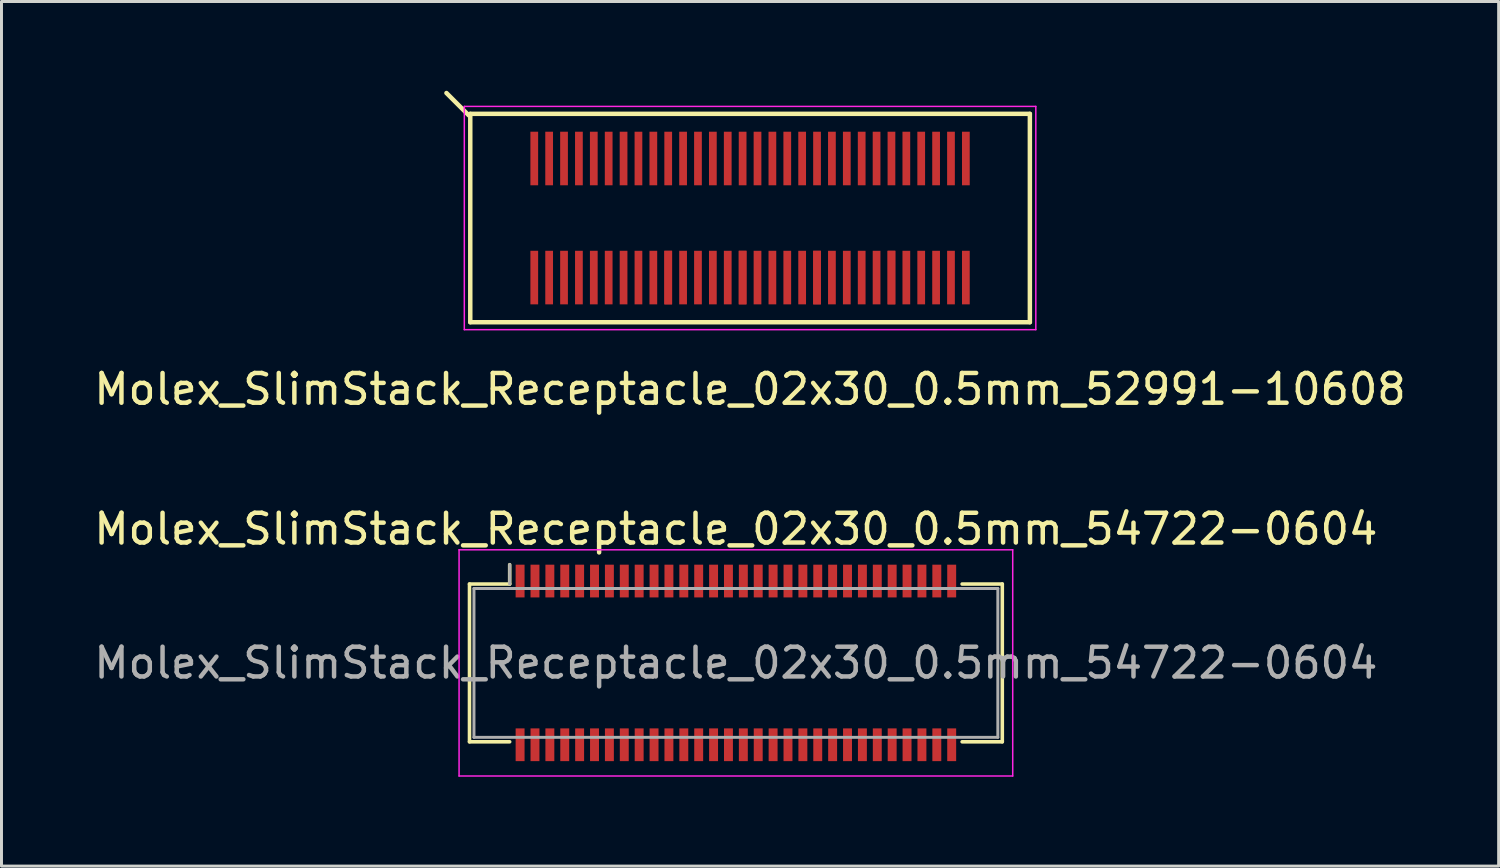
<source format=kicad_pcb>
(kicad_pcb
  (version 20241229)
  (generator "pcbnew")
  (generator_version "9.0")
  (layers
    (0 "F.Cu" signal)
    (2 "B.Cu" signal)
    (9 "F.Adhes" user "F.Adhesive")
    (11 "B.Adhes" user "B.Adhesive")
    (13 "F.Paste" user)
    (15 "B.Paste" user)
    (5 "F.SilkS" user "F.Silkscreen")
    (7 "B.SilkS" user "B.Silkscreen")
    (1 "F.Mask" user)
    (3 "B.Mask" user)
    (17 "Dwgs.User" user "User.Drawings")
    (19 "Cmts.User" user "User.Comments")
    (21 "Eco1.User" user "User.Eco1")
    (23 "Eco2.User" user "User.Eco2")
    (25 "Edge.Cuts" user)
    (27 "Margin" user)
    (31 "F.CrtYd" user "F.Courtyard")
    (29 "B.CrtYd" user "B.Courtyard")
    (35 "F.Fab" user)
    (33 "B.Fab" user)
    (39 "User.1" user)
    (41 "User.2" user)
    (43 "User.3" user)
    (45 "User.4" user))
  (footprint "Molex_SlimStack_Receptacle_02x30_0.5mm_54722-0604"
    (layer "F.Cu")
    (at 21.673 19.221)
    (property "Reference" "Molex_SlimStack_Receptacle_02x30_0.5mm_54722-0604" (at 0 -4.5 0) (layer "F.SilkS") (effects (font (size 1 1) (thickness 0.15))))
    (attr smd)
    (fp_line (start -8.95 -2.65) (end -7.6 -2.65) (stroke (width 0.12) (type solid)) (layer "F.SilkS"))
    (fp_line (start -8.95 2.65) (end -8.95 -2.65) (stroke (width 0.12) (type solid)) (layer "F.SilkS"))
    (fp_line (start -7.6 -2.65) (end -7.6 -3.3) (stroke (width 0.12) (type solid)) (layer "F.SilkS"))
    (fp_line (start -7.6 2.65) (end -8.95 2.65) (stroke (width 0.12) (type solid)) (layer "F.SilkS"))
    (fp_line (start 7.6 2.65) (end 8.95 2.65) (stroke (width 0.12) (type solid)) (layer "F.SilkS"))
    (fp_line (start 8.95 -2.65) (end 7.6 -2.65) (stroke (width 0.12) (type solid)) (layer "F.SilkS"))
    (fp_line (start 8.95 2.65) (end 8.95 -2.65) (stroke (width 0.12) (type solid)) (layer "F.SilkS"))
    (fp_line (start -9.3 -3.8) (end -9.3 3.8) (stroke (width 0.05) (type solid)) (layer "F.CrtYd"))
    (fp_line (start -9.3 3.8) (end 9.3 3.8) (stroke (width 0.05) (type solid)) (layer "F.CrtYd"))
    (fp_line (start 9.3 -3.8) (end -9.3 -3.8) (stroke (width 0.05) (type solid)) (layer "F.CrtYd"))
    (fp_line (start 9.3 3.8) (end 9.3 -3.8) (stroke (width 0.05) (type solid)) (layer "F.CrtYd"))
    (fp_line (start -8.8 -2.5) (end -8.8 2.5) (stroke (width 0.1) (type solid)) (layer "F.Fab"))
    (fp_line (start -8.8 2.5) (end 8.8 2.5) (stroke (width 0.1) (type solid)) (layer "F.Fab"))
    (fp_line (start -7.6 -2.65) (end -7.6 -3.3) (stroke (width 0.1) (type solid)) (layer "F.Fab"))
    (fp_line (start 8.8 -2.5) (end -8.8 -2.5) (stroke (width 0.1) (type solid)) (layer "F.Fab"))
    (fp_line (start 8.8 2.5) (end 8.8 -2.5) (stroke (width 0.1) (type solid)) (layer "F.Fab"))
    (fp_text user "${REFERENCE}" (at 0 0 0) (layer "F.Fab") (effects (font (size 1 1) (thickness 0.15))))
    (pad "1" smd rect (at -7.25 -2.75) (size 0.3 1.1) (layers "F.Cu" "F.Mask" "F.Paste"))
    (pad "2" smd rect (at -7.25 2.75) (size 0.3 1.1) (layers "F.Cu" "F.Mask" "F.Paste"))
    (pad "3" smd rect (at -6.75 -2.75) (size 0.3 1.1) (layers "F.Cu" "F.Mask" "F.Paste"))
    (pad "4" smd rect (at -6.75 2.75) (size 0.3 1.1) (layers "F.Cu" "F.Mask" "F.Paste"))
    (pad "5" smd rect (at -6.25 -2.75) (size 0.3 1.1) (layers "F.Cu" "F.Mask" "F.Paste"))
    (pad "6" smd rect (at -6.25 2.75) (size 0.3 1.1) (layers "F.Cu" "F.Mask" "F.Paste"))
    (pad "7" smd rect (at -5.75 -2.75) (size 0.3 1.1) (layers "F.Cu" "F.Mask" "F.Paste"))
    (pad "8" smd rect (at -5.75 2.75) (size 0.3 1.1) (layers "F.Cu" "F.Mask" "F.Paste"))
    (pad "9" smd rect (at -5.25 -2.75) (size 0.3 1.1) (layers "F.Cu" "F.Mask" "F.Paste"))
    (pad "10" smd rect (at -5.25 2.75) (size 0.3 1.1) (layers "F.Cu" "F.Mask" "F.Paste"))
    (pad "11" smd rect (at -4.75 -2.75) (size 0.3 1.1) (layers "F.Cu" "F.Mask" "F.Paste"))
    (pad "12" smd rect (at -4.75 2.75) (size 0.3 1.1) (layers "F.Cu" "F.Mask" "F.Paste"))
    (pad "13" smd rect (at -4.25 -2.75) (size 0.3 1.1) (layers "F.Cu" "F.Mask" "F.Paste"))
    (pad "14" smd rect (at -4.25 2.75) (size 0.3 1.1) (layers "F.Cu" "F.Mask" "F.Paste"))
    (pad "15" smd rect (at -3.75 -2.75) (size 0.3 1.1) (layers "F.Cu" "F.Mask" "F.Paste"))
    (pad "16" smd rect (at -3.75 2.75) (size 0.3 1.1) (layers "F.Cu" "F.Mask" "F.Paste"))
    (pad "17" smd rect (at -3.25 -2.75) (size 0.3 1.1) (layers "F.Cu" "F.Mask" "F.Paste"))
    (pad "18" smd rect (at -3.25 2.75) (size 0.3 1.1) (layers "F.Cu" "F.Mask" "F.Paste"))
    (pad "19" smd rect (at -2.75 -2.75) (size 0.3 1.1) (layers "F.Cu" "F.Mask" "F.Paste"))
    (pad "20" smd rect (at -2.75 2.75) (size 0.3 1.1) (layers "F.Cu" "F.Mask" "F.Paste"))
    (pad "21" smd rect (at -2.25 -2.75) (size 0.3 1.1) (layers "F.Cu" "F.Mask" "F.Paste"))
    (pad "22" smd rect (at -2.25 2.75) (size 0.3 1.1) (layers "F.Cu" "F.Mask" "F.Paste"))
    (pad "23" smd rect (at -1.75 -2.75) (size 0.3 1.1) (layers "F.Cu" "F.Mask" "F.Paste"))
    (pad "24" smd rect (at -1.75 2.75) (size 0.3 1.1) (layers "F.Cu" "F.Mask" "F.Paste"))
    (pad "25" smd rect (at -1.25 -2.75) (size 0.3 1.1) (layers "F.Cu" "F.Mask" "F.Paste"))
    (pad "26" smd rect (at -1.25 2.75) (size 0.3 1.1) (layers "F.Cu" "F.Mask" "F.Paste"))
    (pad "27" smd rect (at -0.75 -2.75) (size 0.3 1.1) (layers "F.Cu" "F.Mask" "F.Paste"))
    (pad "28" smd rect (at -0.75 2.75) (size 0.3 1.1) (layers "F.Cu" "F.Mask" "F.Paste"))
    (pad "29" smd rect (at -0.25 -2.75) (size 0.3 1.1) (layers "F.Cu" "F.Mask" "F.Paste"))
    (pad "30" smd rect (at -0.25 2.75) (size 0.3 1.1) (layers "F.Cu" "F.Mask" "F.Paste"))
    (pad "31" smd rect (at 0.25 -2.75) (size 0.3 1.1) (layers "F.Cu" "F.Mask" "F.Paste"))
    (pad "32" smd rect (at 0.25 2.75) (size 0.3 1.1) (layers "F.Cu" "F.Mask" "F.Paste"))
    (pad "33" smd rect (at 0.75 -2.75) (size 0.3 1.1) (layers "F.Cu" "F.Mask" "F.Paste"))
    (pad "34" smd rect (at 0.75 2.75) (size 0.3 1.1) (layers "F.Cu" "F.Mask" "F.Paste"))
    (pad "35" smd rect (at 1.25 -2.75) (size 0.3 1.1) (layers "F.Cu" "F.Mask" "F.Paste"))
    (pad "36" smd rect (at 1.25 2.75) (size 0.3 1.1) (layers "F.Cu" "F.Mask" "F.Paste"))
    (pad "37" smd rect (at 1.75 -2.75) (size 0.3 1.1) (layers "F.Cu" "F.Mask" "F.Paste"))
    (pad "38" smd rect (at 1.75 2.75) (size 0.3 1.1) (layers "F.Cu" "F.Mask" "F.Paste"))
    (pad "39" smd rect (at 2.25 -2.75) (size 0.3 1.1) (layers "F.Cu" "F.Mask" "F.Paste"))
    (pad "40" smd rect (at 2.25 2.75) (size 0.3 1.1) (layers "F.Cu" "F.Mask" "F.Paste"))
    (pad "41" smd rect (at 2.75 -2.75) (size 0.3 1.1) (layers "F.Cu" "F.Mask" "F.Paste"))
    (pad "42" smd rect (at 2.75 2.75) (size 0.3 1.1) (layers "F.Cu" "F.Mask" "F.Paste"))
    (pad "43" smd rect (at 3.25 -2.75) (size 0.3 1.1) (layers "F.Cu" "F.Mask" "F.Paste"))
    (pad "44" smd rect (at 3.25 2.75) (size 0.3 1.1) (layers "F.Cu" "F.Mask" "F.Paste"))
    (pad "45" smd rect (at 3.75 -2.75) (size 0.3 1.1) (layers "F.Cu" "F.Mask" "F.Paste"))
    (pad "46" smd rect (at 3.75 2.75) (size 0.3 1.1) (layers "F.Cu" "F.Mask" "F.Paste"))
    (pad "47" smd rect (at 4.25 -2.75) (size 0.3 1.1) (layers "F.Cu" "F.Mask" "F.Paste"))
    (pad "48" smd rect (at 4.25 2.75) (size 0.3 1.1) (layers "F.Cu" "F.Mask" "F.Paste"))
    (pad "49" smd rect (at 4.75 -2.75) (size 0.3 1.1) (layers "F.Cu" "F.Mask" "F.Paste"))
    (pad "50" smd rect (at 4.75 2.75) (size 0.3 1.1) (layers "F.Cu" "F.Mask" "F.Paste"))
    (pad "51" smd rect (at 5.25 -2.75) (size 0.3 1.1) (layers "F.Cu" "F.Mask" "F.Paste"))
    (pad "52" smd rect (at 5.25 2.75) (size 0.3 1.1) (layers "F.Cu" "F.Mask" "F.Paste"))
    (pad "53" smd rect (at 5.75 -2.75) (size 0.3 1.1) (layers "F.Cu" "F.Mask" "F.Paste"))
    (pad "54" smd rect (at 5.75 2.75) (size 0.3 1.1) (layers "F.Cu" "F.Mask" "F.Paste"))
    (pad "55" smd rect (at 6.25 -2.75) (size 0.3 1.1) (layers "F.Cu" "F.Mask" "F.Paste"))
    (pad "56" smd rect (at 6.25 2.75) (size 0.3 1.1) (layers "F.Cu" "F.Mask" "F.Paste"))
    (pad "57" smd rect (at 6.75 -2.75) (size 0.3 1.1) (layers "F.Cu" "F.Mask" "F.Paste"))
    (pad "58" smd rect (at 6.75 2.75) (size 0.3 1.1) (layers "F.Cu" "F.Mask" "F.Paste"))
    (pad "59" smd rect (at 7.25 -2.75) (size 0.3 1.1) (layers "F.Cu" "F.Mask" "F.Paste"))
    (pad "60" smd rect (at 7.25 2.75) (size 0.3 1.1) (layers "F.Cu" "F.Mask" "F.Paste")))
  (footprint "Molex_SlimStack_Receptacle_02x30_0.5mm_52991-10608"
    (layer "F.Cu")
    (at 22.149 4.275)
    (property "Reference" "Molex_SlimStack_Receptacle_02x30_0.5mm_52991-10608" (at 0 5.75 0) (layer "F.SilkS") (effects (font (size 1 1) (thickness 0.15))))
    (attr smd)
    (fp_line (start -9.45 -3.45) (end -10.2 -4.2) (stroke (width 0.15) (type solid)) (layer "F.SilkS"))
    (fp_line (start -9.4 -3.5) (end -9.4 3.5) (stroke (width 0.15) (type solid)) (layer "F.SilkS"))
    (fp_line (start -9.4 3.5) (end 9.4 3.5) (stroke (width 0.15) (type solid)) (layer "F.SilkS"))
    (fp_line (start 9.4 -3.5) (end -9.4 -3.5) (stroke (width 0.15) (type solid)) (layer "F.SilkS"))
    (fp_line (start 9.4 3.5) (end 9.4 -3.5) (stroke (width 0.15) (type solid)) (layer "F.SilkS"))
    (fp_line (start -9.6 -3.75) (end -9.6 3.75) (stroke (width 0.05) (type solid)) (layer "F.CrtYd"))
    (fp_line (start -9.6 3.75) (end 9.6 3.75) (stroke (width 0.05) (type solid)) (layer "F.CrtYd"))
    (fp_line (start 9.6 -3.75) (end -9.6 -3.75) (stroke (width 0.05) (type solid)) (layer "F.CrtYd"))
    (fp_line (start 9.6 3.75) (end 9.6 -3.75) (stroke (width 0.05) (type solid)) (layer "F.CrtYd"))
    (pad "1" smd rect (at -7.25 -2) (size 0.26 1.8) (layers "F.Cu" "F.Mask" "F.Paste"))
    (pad "2" smd rect (at -7.25 2) (size 0.26 1.8) (layers "F.Cu" "F.Mask" "F.Paste"))
    (pad "3" smd rect (at -6.75 -2) (size 0.26 1.8) (layers "F.Cu" "F.Mask" "F.Paste"))
    (pad "4" smd rect (at -6.75 2) (size 0.26 1.8) (layers "F.Cu" "F.Mask" "F.Paste"))
    (pad "5" smd rect (at -6.25 -2) (size 0.26 1.8) (layers "F.Cu" "F.Mask" "F.Paste"))
    (pad "6" smd rect (at -6.25 2) (size 0.26 1.8) (layers "F.Cu" "F.Mask" "F.Paste"))
    (pad "7" smd rect (at -5.75 -2) (size 0.26 1.8) (layers "F.Cu" "F.Mask" "F.Paste"))
    (pad "8" smd rect (at -5.75 2) (size 0.26 1.8) (layers "F.Cu" "F.Mask" "F.Paste"))
    (pad "9" smd rect (at -5.25 -2) (size 0.26 1.8) (layers "F.Cu" "F.Mask" "F.Paste"))
    (pad "10" smd rect (at -5.25 2) (size 0.26 1.8) (layers "F.Cu" "F.Mask" "F.Paste"))
    (pad "11" smd rect (at -4.75 -2) (size 0.26 1.8) (layers "F.Cu" "F.Mask" "F.Paste"))
    (pad "12" smd rect (at -4.75 2) (size 0.26 1.8) (layers "F.Cu" "F.Mask" "F.Paste"))
    (pad "13" smd rect (at -4.25 -2) (size 0.26 1.8) (layers "F.Cu" "F.Mask" "F.Paste"))
    (pad "14" smd rect (at -4.25 2) (size 0.26 1.8) (layers "F.Cu" "F.Mask" "F.Paste"))
    (pad "15" smd rect (at -3.75 -2) (size 0.26 1.8) (layers "F.Cu" "F.Mask" "F.Paste"))
    (pad "16" smd rect (at -3.75 2) (size 0.26 1.8) (layers "F.Cu" "F.Mask" "F.Paste"))
    (pad "17" smd rect (at -3.25 -2) (size 0.26 1.8) (layers "F.Cu" "F.Mask" "F.Paste"))
    (pad "18" smd rect (at -3.25 2) (size 0.26 1.8) (layers "F.Cu" "F.Mask" "F.Paste"))
    (pad "19" smd rect (at -2.75 -2) (size 0.26 1.8) (layers "F.Cu" "F.Mask" "F.Paste"))
    (pad "20" smd rect (at -2.75 2) (size 0.26 1.8) (layers "F.Cu" "F.Mask" "F.Paste"))
    (pad "20" smd rect (at -2.75 2) (size 0.26 1.8) (layers "F.Cu" "F.Mask" "F.Paste"))
    (pad "21" smd rect (at -2.25 -2) (size 0.26 1.8) (layers "F.Cu" "F.Mask" "F.Paste"))
    (pad "22" smd rect (at -2.25 2) (size 0.26 1.8) (layers "F.Cu" "F.Mask" "F.Paste"))
    (pad "23" smd rect (at -1.75 -2) (size 0.26 1.8) (layers "F.Cu" "F.Mask" "F.Paste"))
    (pad "24" smd rect (at -1.75 2) (size 0.26 1.8) (layers "F.Cu" "F.Mask" "F.Paste"))
    (pad "25" smd rect (at -1.25 -2) (size 0.26 1.8) (layers "F.Cu" "F.Mask" "F.Paste"))
    (pad "26" smd rect (at -1.25 2) (size 0.26 1.8) (layers "F.Cu" "F.Mask" "F.Paste"))
    (pad "27" smd rect (at -0.75 -2) (size 0.26 1.8) (layers "F.Cu" "F.Mask" "F.Paste"))
    (pad "28" smd rect (at -0.75 2) (size 0.26 1.8) (layers "F.Cu" "F.Mask" "F.Paste"))
    (pad "29" smd rect (at -0.25 -2) (size 0.26 1.8) (layers "F.Cu" "F.Mask" "F.Paste"))
    (pad "30" smd rect (at -0.25 2) (size 0.26 1.8) (layers "F.Cu" "F.Mask" "F.Paste"))
    (pad "30" smd rect (at -0.25 2) (size 0.26 1.8) (layers "F.Cu" "F.Mask" "F.Paste"))
    (pad "31" smd rect (at 0.25 -2) (size 0.26 1.8) (layers "F.Cu" "F.Mask" "F.Paste"))
    (pad "32" smd rect (at 0.25 2) (size 0.26 1.8) (layers "F.Cu" "F.Mask" "F.Paste"))
    (pad "33" smd rect (at 0.75 -2) (size 0.26 1.8) (layers "F.Cu" "F.Mask" "F.Paste"))
    (pad "34" smd rect (at 0.75 2) (size 0.26 1.8) (layers "F.Cu" "F.Mask" "F.Paste"))
    (pad "35" smd rect (at 1.25 -2) (size 0.26 1.8) (layers "F.Cu" "F.Mask" "F.Paste"))
    (pad "36" smd rect (at 1.25 2) (size 0.26 1.8) (layers "F.Cu" "F.Mask" "F.Paste"))
    (pad "37" smd rect (at 1.75 -2) (size 0.26 1.8) (layers "F.Cu" "F.Mask" "F.Paste"))
    (pad "38" smd rect (at 1.75 2) (size 0.26 1.8) (layers "F.Cu" "F.Mask" "F.Paste"))
    (pad "39" smd rect (at 2.25 -2) (size 0.26 1.8) (layers "F.Cu" "F.Mask" "F.Paste"))
    (pad "40" smd rect (at 2.25 2) (size 0.26 1.8) (layers "F.Cu" "F.Mask" "F.Paste"))
    (pad "40" smd rect (at 2.25 2) (size 0.26 1.8) (layers "F.Cu" "F.Mask" "F.Paste"))
    (pad "41" smd rect (at 2.75 -2) (size 0.26 1.8) (layers "F.Cu" "F.Mask" "F.Paste"))
    (pad "42" smd rect (at 2.75 2) (size 0.26 1.8) (layers "F.Cu" "F.Mask" "F.Paste"))
    (pad "43" smd rect (at 3.25 -2) (size 0.26 1.8) (layers "F.Cu" "F.Mask" "F.Paste"))
    (pad "44" smd rect (at 3.25 2) (size 0.26 1.8) (layers "F.Cu" "F.Mask" "F.Paste"))
    (pad "45" smd rect (at 3.75 -2) (size 0.26 1.8) (layers "F.Cu" "F.Mask" "F.Paste"))
    (pad "46" smd rect (at 3.75 2) (size 0.26 1.8) (layers "F.Cu" "F.Mask" "F.Paste"))
    (pad "47" smd rect (at 4.25 -2) (size 0.26 1.8) (layers "F.Cu" "F.Mask" "F.Paste"))
    (pad "48" smd rect (at 4.25 2) (size 0.26 1.8) (layers "F.Cu" "F.Mask" "F.Paste"))
    (pad "49" smd rect (at 4.75 -2) (size 0.26 1.8) (layers "F.Cu" "F.Mask" "F.Paste"))
    (pad "50" smd rect (at 4.75 2) (size 0.26 1.8) (layers "F.Cu" "F.Mask" "F.Paste"))
    (pad "50" smd rect (at 4.75 2) (size 0.26 1.8) (layers "F.Cu" "F.Mask" "F.Paste"))
    (pad "51" smd rect (at 5.25 -2) (size 0.26 1.8) (layers "F.Cu" "F.Mask" "F.Paste"))
    (pad "52" smd rect (at 5.25 2) (size 0.26 1.8) (layers "F.Cu" "F.Mask" "F.Paste"))
    (pad "53" smd rect (at 5.75 -2) (size 0.26 1.8) (layers "F.Cu" "F.Mask" "F.Paste"))
    (pad "54" smd rect (at 5.75 2) (size 0.26 1.8) (layers "F.Cu" "F.Mask" "F.Paste"))
    (pad "55" smd rect (at 6.25 -2) (size 0.26 1.8) (layers "F.Cu" "F.Mask" "F.Paste"))
    (pad "56" smd rect (at 6.25 2) (size 0.26 1.8) (layers "F.Cu" "F.Mask" "F.Paste"))
    (pad "57" smd rect (at 6.75 -2) (size 0.26 1.8) (layers "F.Cu" "F.Mask" "F.Paste"))
    (pad "58" smd rect (at 6.75 2) (size 0.26 1.8) (layers "F.Cu" "F.Mask" "F.Paste"))
    (pad "59" smd rect (at 7.25 -2) (size 0.26 1.8) (layers "F.Cu" "F.Mask" "F.Paste"))
    (pad "60" smd rect (at 7.25 2) (size 0.26 1.8) (layers "F.Cu" "F.Mask" "F.Paste")))
  (gr_rect
    (start -3 -3)
    (end 47.298 26.047)
    (stroke (width 0.1) (type default))
    (fill no)
    (layer "Edge.Cuts")))
</source>
